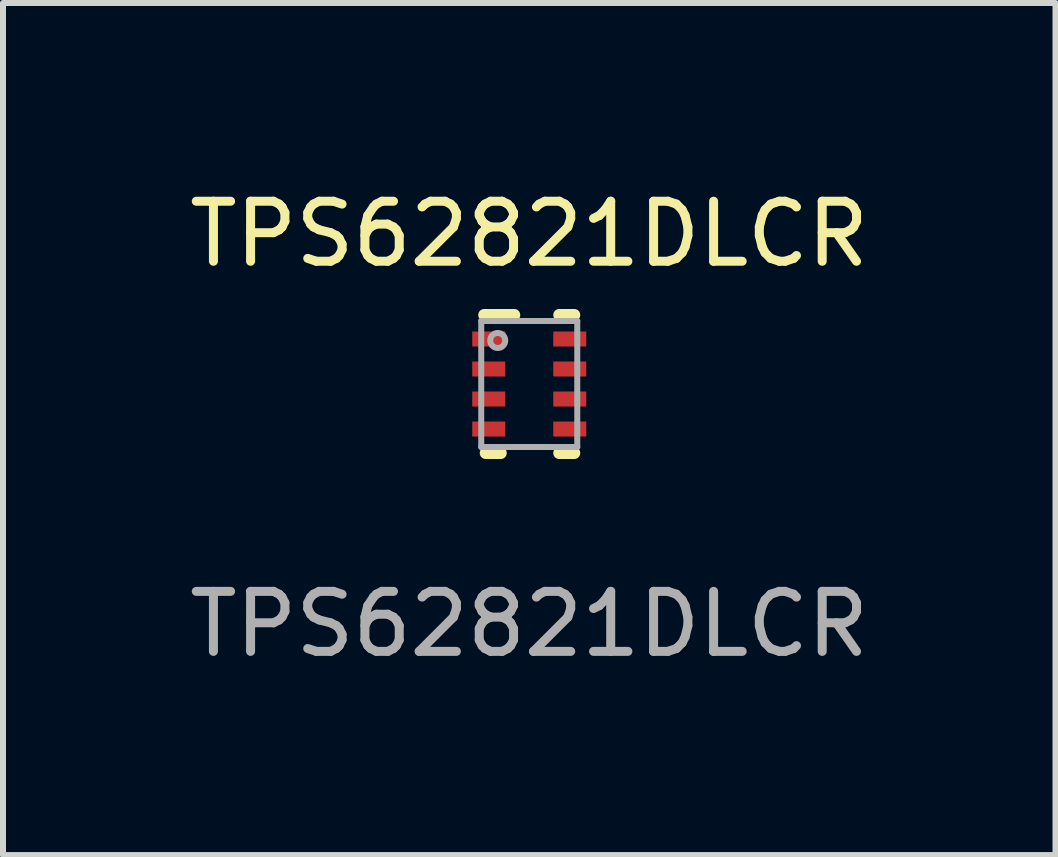
<source format=kicad_pcb>
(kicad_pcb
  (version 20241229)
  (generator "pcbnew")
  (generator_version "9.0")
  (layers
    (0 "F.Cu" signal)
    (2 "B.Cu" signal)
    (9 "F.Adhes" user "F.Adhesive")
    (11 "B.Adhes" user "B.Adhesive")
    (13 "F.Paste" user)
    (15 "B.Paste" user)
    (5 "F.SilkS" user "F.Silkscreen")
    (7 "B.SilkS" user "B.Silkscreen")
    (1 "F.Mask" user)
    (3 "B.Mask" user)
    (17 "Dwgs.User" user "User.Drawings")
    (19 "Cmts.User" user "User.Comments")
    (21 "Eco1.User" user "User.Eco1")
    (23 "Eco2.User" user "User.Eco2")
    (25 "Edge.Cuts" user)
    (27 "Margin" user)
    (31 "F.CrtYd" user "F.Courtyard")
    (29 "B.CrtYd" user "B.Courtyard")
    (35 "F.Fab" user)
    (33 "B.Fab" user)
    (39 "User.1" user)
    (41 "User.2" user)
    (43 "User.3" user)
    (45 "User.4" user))
  (footprint "TPS62821DLCR"
    (layer "F.Cu")
    (at 5.768 3.348)
    (property "Reference" "TPS62821DLCR" (at 0 -2.5 0) (unlocked yes) (layer "F.SilkS") (effects (font (size 1 1) (thickness 0.15))))
    (attr smd)
    (fp_line (start -0.75 -1.15) (end -0.25 -1.15) (stroke (width 0.2) (type solid)) (layer "F.SilkS"))
    (fp_line (start -0.725 1.15) (end -0.475 1.15) (stroke (width 0.2) (type solid)) (layer "F.SilkS"))
    (fp_line (start 0.5 -1.15) (end 0.75 -1.15) (stroke (width 0.2) (type solid)) (layer "F.SilkS"))
    (fp_line (start 0.5 1.15) (end 0.75 1.15) (stroke (width 0.2) (type solid)) (layer "F.SilkS"))
    (fp_line (start -0.8 -1.05) (end 0.8 -1.05) (stroke (width 0.1) (type solid)) (layer "F.Fab"))
    (fp_line (start -0.8 1.05) (end -0.8 -1.05) (stroke (width 0.1) (type solid)) (layer "F.Fab"))
    (fp_line (start -0.8 1.05) (end 0.8 1.05) (stroke (width 0.1) (type solid)) (layer "F.Fab"))
    (fp_line (start 0.8 1.05) (end 0.8 -1.05) (stroke (width 0.1) (type solid)) (layer "F.Fab"))
    (fp_circle (center -0.525 -0.725) (end -0.4 -0.725) (stroke (width 0.1) (type solid)) (fill no) (layer "F.Fab"))
    (fp_text user "${REFERENCE}" (at 0 4 0) (unlocked yes) (layer "F.Fab") (effects (font (size 1 1) (thickness 0.15))))
    (pad "1" smd rect (at -0.675 -0.75) (size 0.55 0.25) (layers "F.Cu" "F.Mask" "F.Paste"))
    (pad "2" smd rect (at -0.675 -0.25) (size 0.55 0.25) (layers "F.Cu" "F.Mask" "F.Paste"))
    (pad "3" smd rect (at -0.675 0.25) (size 0.55 0.25) (layers "F.Cu" "F.Mask" "F.Paste"))
    (pad "4" smd rect (at -0.675 0.75) (size 0.55 0.25) (layers "F.Cu" "F.Mask" "F.Paste"))
    (pad "5" smd rect (at 0.675 0.75) (size 0.55 0.25) (layers "F.Cu" "F.Mask" "F.Paste"))
    (pad "6" smd rect (at 0.675 0.25) (size 0.55 0.25) (layers "F.Cu" "F.Mask" "F.Paste"))
    (pad "7" smd rect (at 0.675 -0.25) (size 0.55 0.25) (layers "F.Cu" "F.Mask" "F.Paste"))
    (pad "8" smd rect (at 0.675 -0.75) (size 0.55 0.25) (layers "F.Cu" "F.Mask" "F.Paste")))
  (gr_rect
    (start -3 -3)
    (end 14.536 11.197)
    (stroke (width 0.1) (type default))
    (fill no)
    (layer "Edge.Cuts")))
</source>
